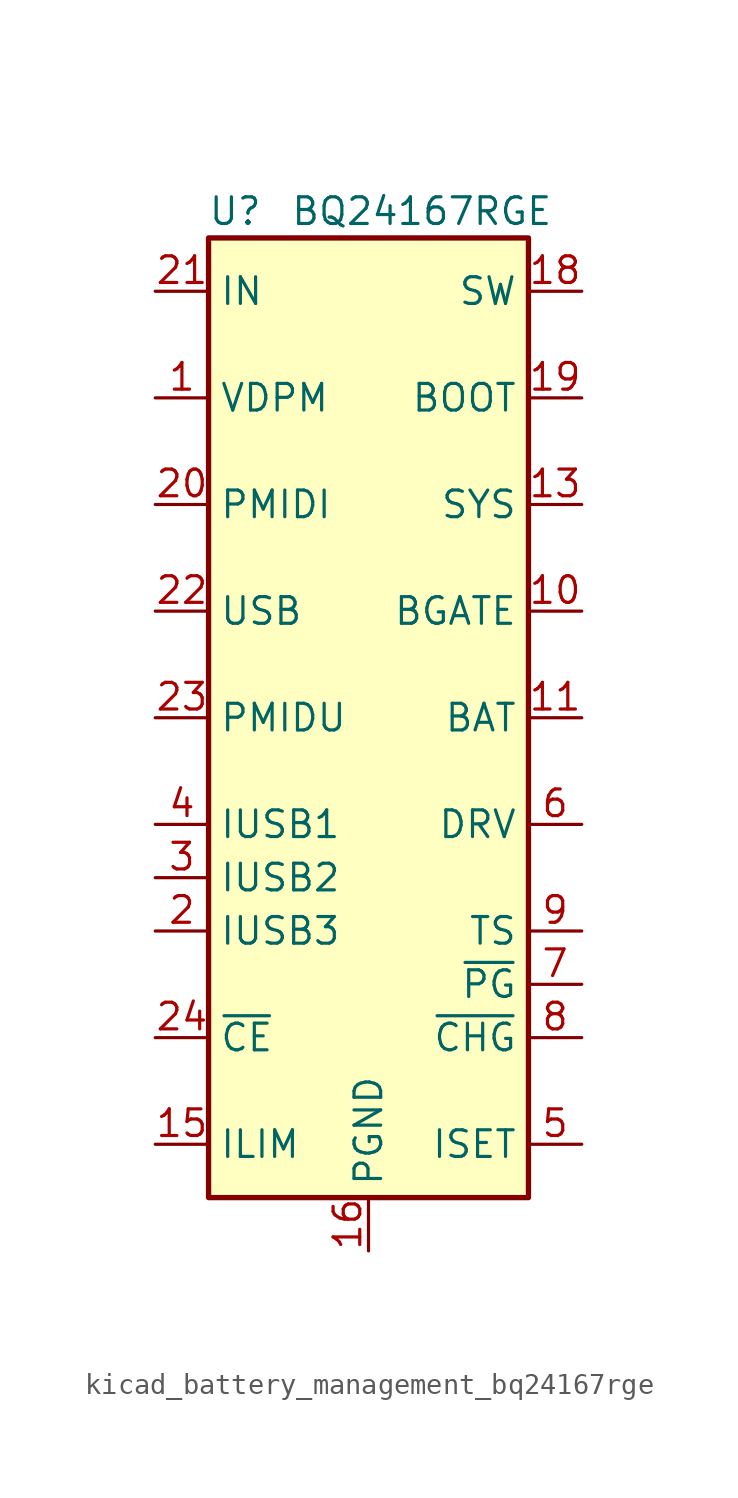
<source format=kicad_sym>
(kicad_symbol_lib
  (version 20220914)
  (generator kicad_symbol_editor)
  (symbol "kicad_battery_management_bq24167rge"
    (property "Reference" "U"
      (at -6.35 24.13 0)
      (effects (font (size 1.27 1.27))))
    (property "Value" "BQ24167RGE"
      (at 2.54 24.13 0)
      (effects (font (size 1.27 1.27))))
    (symbol "kicad_battery_management_bq24167rge_0_1"
      (rectangle (start -7.62 22.86) (end 7.62 -22.86) (stroke (width 0.254) (type default)) (fill (type background))))
    (symbol "kicad_battery_management_bq24167rge_1_1"
      (pin input line (at -10.16 15.24 0) (length 2.54) (name "VDPM" (effects (font (size 1.27 1.27)))) (number "1" (effects (font (size 1.27 1.27)))))
      (pin output line (at 10.16 5.08 180) (length 2.54) (name "BGATE" (effects (font (size 1.27 1.27)))) (number "10" (effects (font (size 1.27 1.27)))))
      (pin passive line (at 10.16 0 180) (length 2.54) (name "BAT" (effects (font (size 1.27 1.27)))) (number "11" (effects (font (size 1.27 1.27)))))
      (pin passive line (at 10.16 0 180) (length 2.54) hide (name "BAT" (effects (font (size 1.27 1.27)))) (number "12" (effects (font (size 1.27 1.27)))))
      (pin power_out line (at 10.16 10.16 180) (length 2.54) (name "SYS" (effects (font (size 1.27 1.27)))) (number "13" (effects (font (size 1.27 1.27)))))
      (pin passive line (at 10.16 10.16 180) (length 2.54) hide (name "SYS" (effects (font (size 1.27 1.27)))) (number "14" (effects (font (size 1.27 1.27)))))
      (pin passive line (at -10.16 -20.32 0) (length 2.54) (name "ILIM" (effects (font (size 1.27 1.27)))) (number "15" (effects (font (size 1.27 1.27)))))
      (pin power_in line (at 0 -25.4 90) (length 2.54) (name "PGND" (effects (font (size 1.27 1.27)))) (number "16" (effects (font (size 1.27 1.27)))))
      (pin passive line (at 0 -25.4 90) (length 2.54) hide (name "PGND" (effects (font (size 1.27 1.27)))) (number "17" (effects (font (size 1.27 1.27)))))
      (pin passive line (at 10.16 20.32 180) (length 2.54) (name "SW" (effects (font (size 1.27 1.27)))) (number "18" (effects (font (size 1.27 1.27)))))
      (pin passive line (at 10.16 15.24 180) (length 2.54) (name "BOOT" (effects (font (size 1.27 1.27)))) (number "19" (effects (font (size 1.27 1.27)))))
      (pin passive line (at -10.16 -10.16 0) (length 2.54) (name "IUSB3" (effects (font (size 1.27 1.27)))) (number "2" (effects (font (size 1.27 1.27)))))
      (pin passive line (at -10.16 10.16 0) (length 2.54) (name "PMIDI" (effects (font (size 1.27 1.27)))) (number "20" (effects (font (size 1.27 1.27)))))
      (pin input line (at -10.16 20.32 0) (length 2.54) (name "IN" (effects (font (size 1.27 1.27)))) (number "21" (effects (font (size 1.27 1.27)))))
      (pin power_in line (at -10.16 5.08 0) (length 2.54) (name "USB" (effects (font (size 1.27 1.27)))) (number "22" (effects (font (size 1.27 1.27)))))
      (pin passive line (at -10.16 0 0) (length 2.54) (name "PMIDU" (effects (font (size 1.27 1.27)))) (number "23" (effects (font (size 1.27 1.27)))))
      (pin input line (at -10.16 -15.24 0) (length 2.54) (name "~{CE}" (effects (font (size 1.27 1.27)))) (number "24" (effects (font (size 1.27 1.27)))))
      (pin passive line (at 0 -25.4 90) (length 2.54) hide (name "PGND" (effects (font (size 1.27 1.27)))) (number "25" (effects (font (size 1.27 1.27)))))
      (pin passive line (at -10.16 -7.62 0) (length 2.54) (name "IUSB2" (effects (font (size 1.27 1.27)))) (number "3" (effects (font (size 1.27 1.27)))))
      (pin passive line (at -10.16 -5.08 0) (length 2.54) (name "IUSB1" (effects (font (size 1.27 1.27)))) (number "4" (effects (font (size 1.27 1.27)))))
      (pin passive line (at 10.16 -20.32 180) (length 2.54) (name "ISET" (effects (font (size 1.27 1.27)))) (number "5" (effects (font (size 1.27 1.27)))))
      (pin output line (at 10.16 -5.08 180) (length 2.54) (name "DRV" (effects (font (size 1.27 1.27)))) (number "6" (effects (font (size 1.27 1.27)))))
      (pin open_collector line (at 10.16 -12.7 180) (length 2.54) (name "~{PG}" (effects (font (size 1.27 1.27)))) (number "7" (effects (font (size 1.27 1.27)))))
      (pin open_collector line (at 10.16 -15.24 180) (length 2.54) (name "~{CHG}" (effects (font (size 1.27 1.27)))) (number "8" (effects (font (size 1.27 1.27)))))
      (pin passive line (at 10.16 -10.16 180) (length 2.54) (name "TS" (effects (font (size 1.27 1.27)))) (number "9" (effects (font (size 1.27 1.27))))))))
</source>
